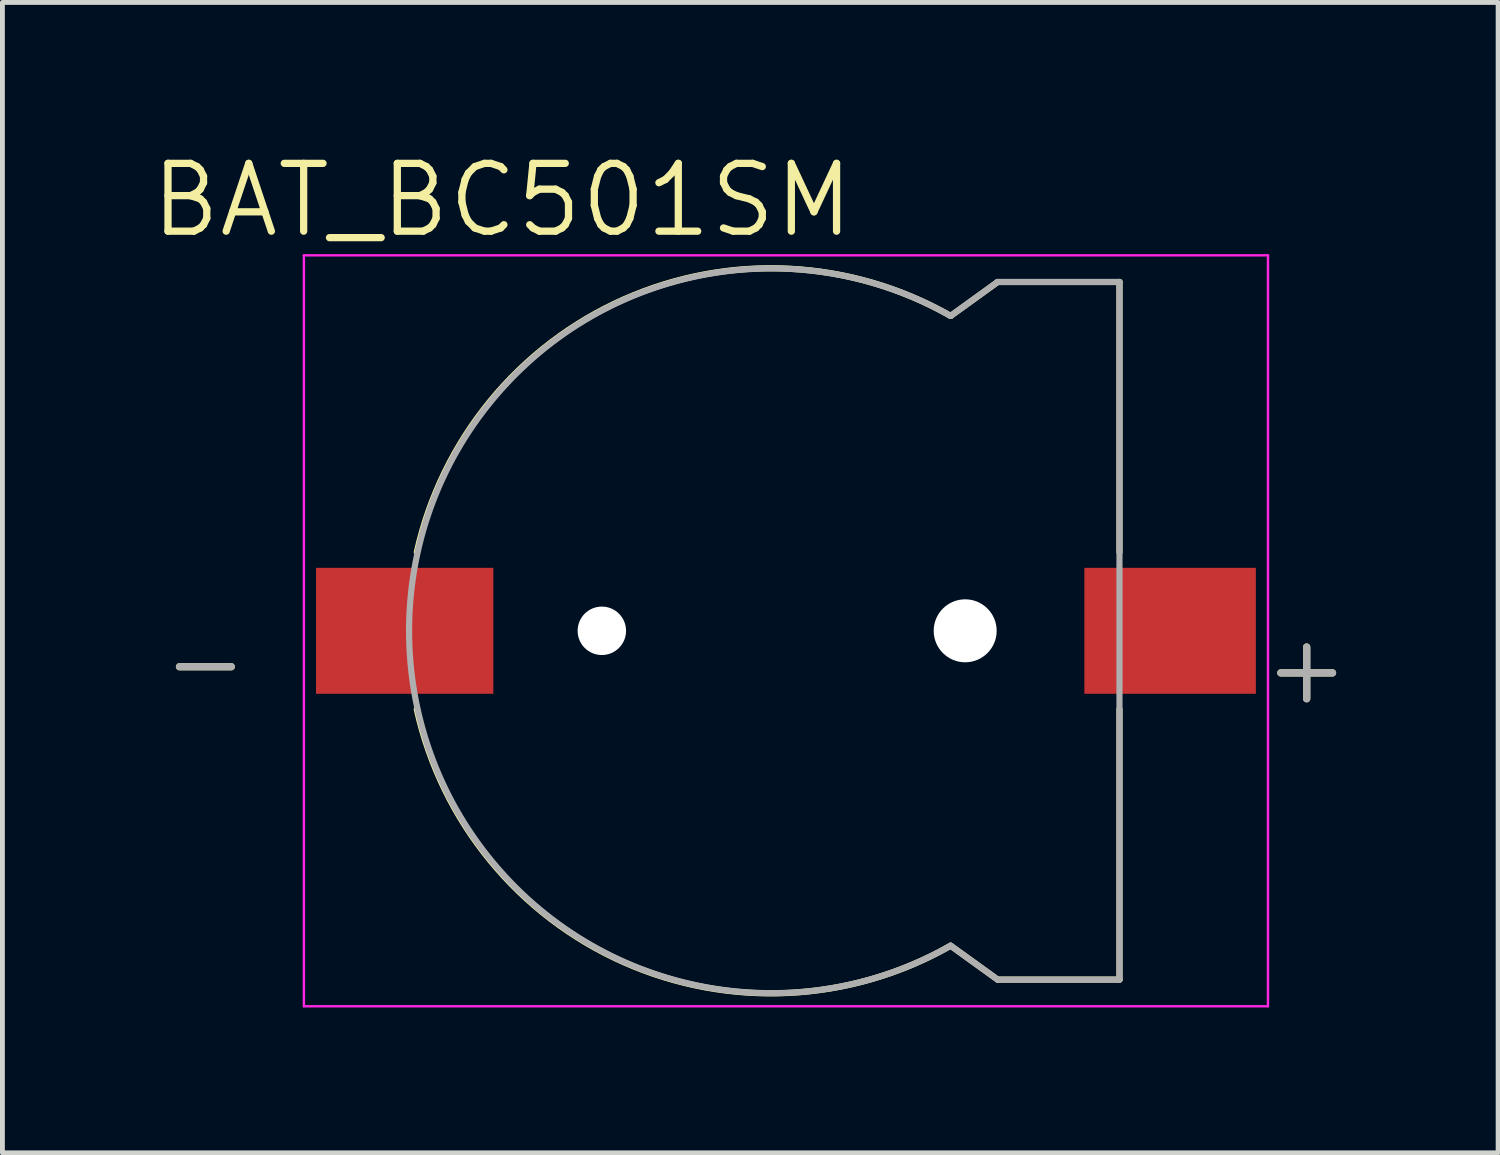
<source format=kicad_pcb>
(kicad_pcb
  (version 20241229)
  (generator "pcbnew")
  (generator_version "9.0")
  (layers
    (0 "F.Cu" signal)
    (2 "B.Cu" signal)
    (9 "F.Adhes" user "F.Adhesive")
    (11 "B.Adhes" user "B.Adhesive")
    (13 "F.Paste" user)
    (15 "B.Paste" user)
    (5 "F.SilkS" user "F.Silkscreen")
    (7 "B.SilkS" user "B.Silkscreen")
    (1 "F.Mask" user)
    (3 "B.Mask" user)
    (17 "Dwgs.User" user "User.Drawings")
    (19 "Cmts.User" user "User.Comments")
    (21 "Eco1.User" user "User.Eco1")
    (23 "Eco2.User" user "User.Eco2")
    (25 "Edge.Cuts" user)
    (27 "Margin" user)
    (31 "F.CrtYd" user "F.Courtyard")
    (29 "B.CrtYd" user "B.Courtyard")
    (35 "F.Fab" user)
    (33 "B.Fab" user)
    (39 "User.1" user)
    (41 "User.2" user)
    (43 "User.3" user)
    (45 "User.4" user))
  (footprint "BAT_BC501SM"
    (layer "F.Cu")
    (at 12.873 9.971)
    (property "Reference" "BAT_BC501SM" (at -5.555 -8.889 0) (layer "F.SilkS") (effects (font (size 1.4 1.4) (thickness 0.15))))
    (attr smd)
    (fp_line (start 4.67 -7.2) (end 3.7 -6.5) (stroke (width 0.127) (type solid)) (layer "F.SilkS"))
    (fp_line (start 4.67 7.2) (end 3.7 6.5) (stroke (width 0.127) (type solid)) (layer "F.SilkS"))
    (fp_line (start 7.185 -7.2) (end 4.67 -7.2) (stroke (width 0.127) (type solid)) (layer "F.SilkS"))
    (fp_line (start 7.185 -7.2) (end 7.185 -1.62) (stroke (width 0.127) (type solid)) (layer "F.SilkS"))
    (fp_line (start 7.185 1.62) (end 7.185 7.2) (stroke (width 0.127) (type solid)) (layer "F.SilkS"))
    (fp_line (start 7.185 7.2) (end 4.67 7.2) (stroke (width 0.127) (type solid)) (layer "F.SilkS"))
    (fp_arc (start -7.319999 -1.62) (mid -3.042265 -6.842697) (end 3.7 -6.5) (stroke (width 0.127) (type solid)) (layer "F.SilkS"))
    (fp_arc (start 3.700001 6.5) (mid -3.042265 6.842698) (end -7.32 1.62) (stroke (width 0.127) (type solid)) (layer "F.SilkS"))
    (fp_line (start -9.65 -7.75) (end 10.25 -7.75) (stroke (width 0.05) (type solid)) (layer "F.CrtYd"))
    (fp_line (start -9.65 7.75) (end -9.65 -7.75) (stroke (width 0.05) (type solid)) (layer "F.CrtYd"))
    (fp_line (start 10.25 -7.75) (end 10.25 7.75) (stroke (width 0.05) (type solid)) (layer "F.CrtYd"))
    (fp_line (start 10.25 7.75) (end -9.65 7.75) (stroke (width 0.05) (type solid)) (layer "F.CrtYd"))
    (fp_line (start 4.67 -7.2) (end 3.7 -6.5) (stroke (width 0.127) (type solid)) (layer "F.Fab"))
    (fp_line (start 4.67 7.2) (end 3.7 6.5) (stroke (width 0.127) (type solid)) (layer "F.Fab"))
    (fp_line (start 7.185 -7.2) (end 4.67 -7.2) (stroke (width 0.127) (type solid)) (layer "F.Fab"))
    (fp_line (start 7.185 -7.2) (end 7.185 7.2) (stroke (width 0.127) (type solid)) (layer "F.Fab"))
    (fp_line (start 7.185 7.2) (end 4.67 7.2) (stroke (width 0.127) (type solid)) (layer "F.Fab"))
    (fp_arc (start 3.699999 6.5) (mid -7.479336 0) (end 3.7 -6.5) (stroke (width 0.127) (type solid)) (layer "F.Fab"))
    (fp_text user "-" (at -11.684 0.635 0) (layer "F.SilkS") (effects (font (size 1.4 1.4) (thickness 0.15))))
    (fp_text user "+" (at 11.049 0.762 0) (layer "F.SilkS") (effects (font (size 1.4 1.4) (thickness 0.15))))
    (fp_text user "+" (at 11.049 0.762 0) (layer "F.Fab") (effects (font (size 1.4 1.4) (thickness 0.15))))
    (fp_text user "-" (at -11.684 0.635 0) (layer "F.Fab") (effects (font (size 1.4 1.4) (thickness 0.15))))
    (pad "" np_thru_hole circle (at -3.5 0) (size 1 1) (drill 1) (layers "*.Cu" "*.Mask"))
    (pad "" np_thru_hole circle (at 4 0) (size 1.3 1.3) (drill 1.3) (layers "*.Cu" "*.Mask"))
    (pad "N" smd rect (at -7.57 0) (size 3.66 2.6) (layers "F.Cu" "F.Mask" "F.Paste"))
    (pad "P" smd rect (at 8.23 0 180) (size 3.54 2.6) (layers "F.Cu" "F.Mask" "F.Paste")))
  (gr_rect
    (start -3 -3)
    (end 27.874 20.746)
    (stroke (width 0.1) (type default))
    (fill no)
    (layer "Edge.Cuts")))
</source>
